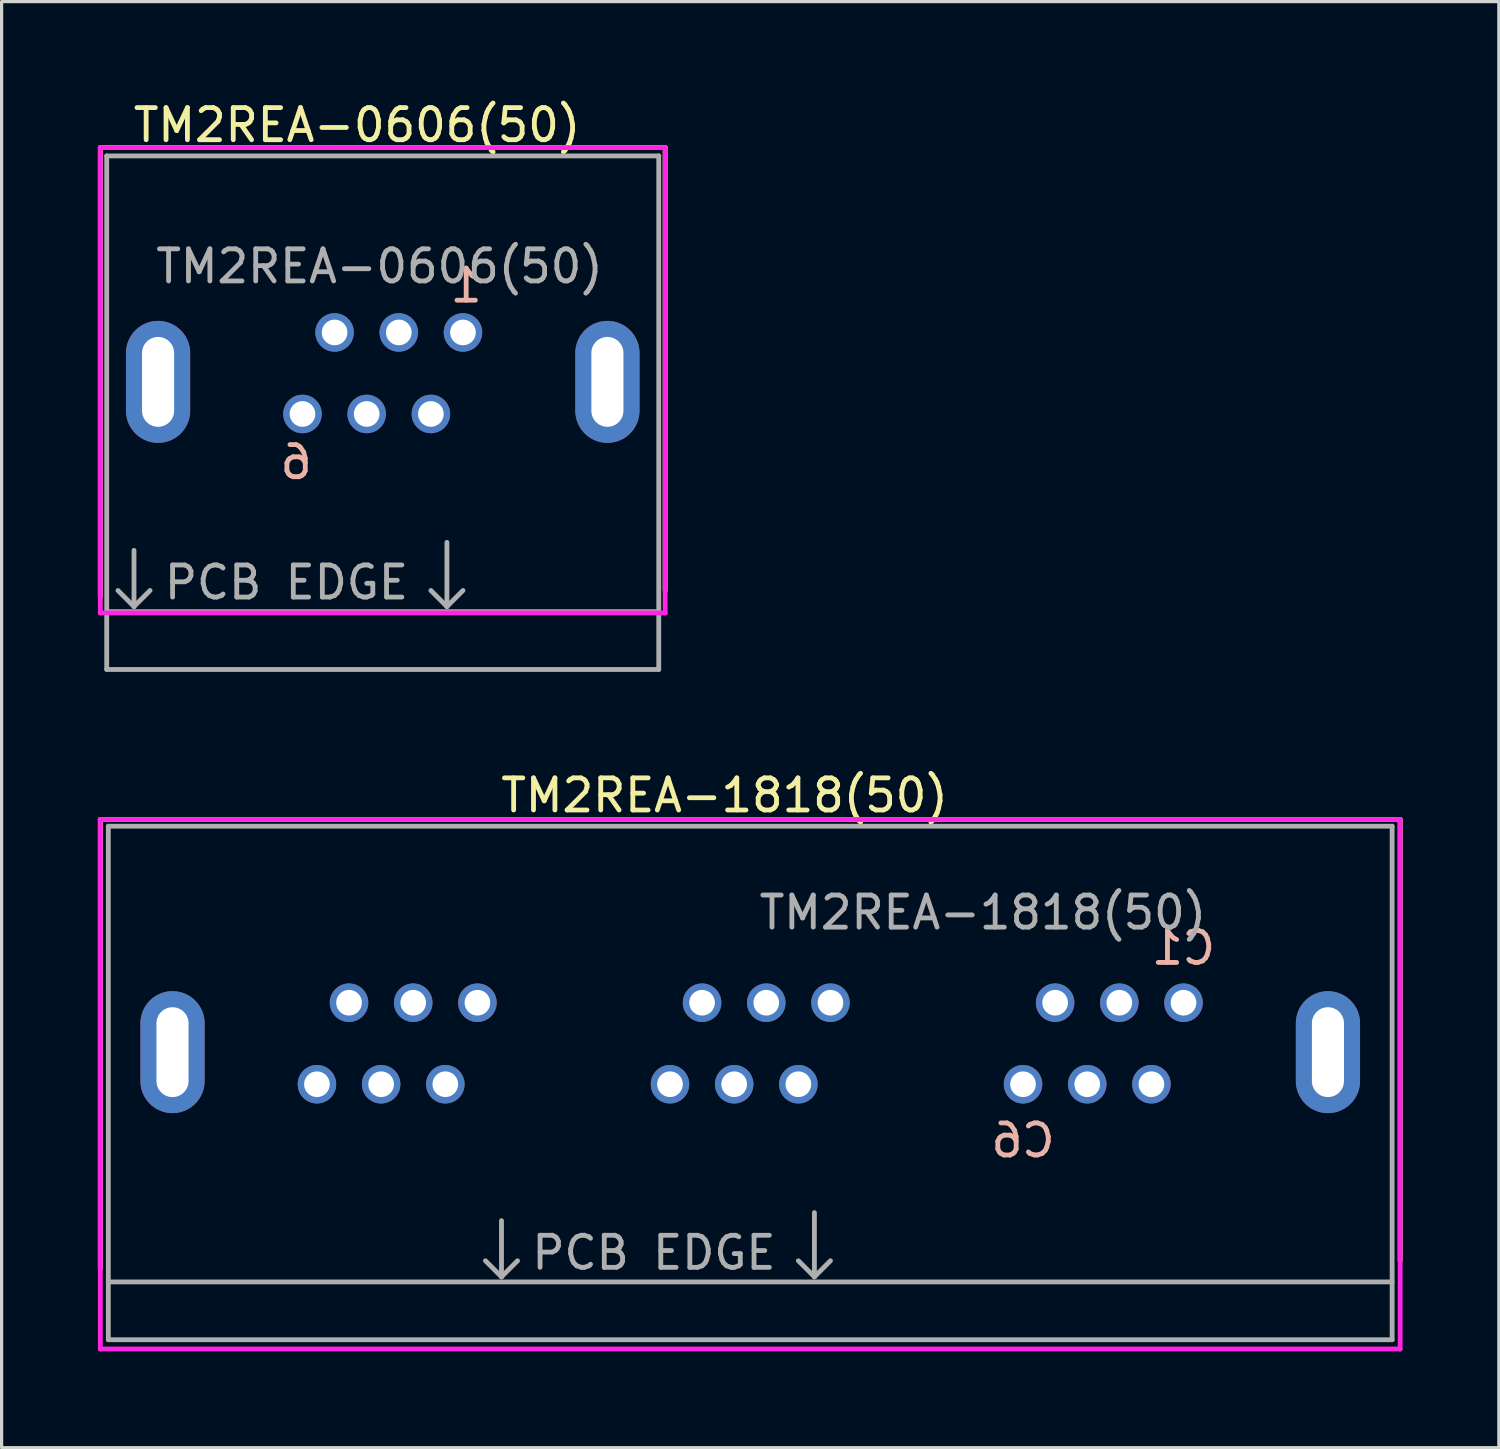
<source format=kicad_pcb>
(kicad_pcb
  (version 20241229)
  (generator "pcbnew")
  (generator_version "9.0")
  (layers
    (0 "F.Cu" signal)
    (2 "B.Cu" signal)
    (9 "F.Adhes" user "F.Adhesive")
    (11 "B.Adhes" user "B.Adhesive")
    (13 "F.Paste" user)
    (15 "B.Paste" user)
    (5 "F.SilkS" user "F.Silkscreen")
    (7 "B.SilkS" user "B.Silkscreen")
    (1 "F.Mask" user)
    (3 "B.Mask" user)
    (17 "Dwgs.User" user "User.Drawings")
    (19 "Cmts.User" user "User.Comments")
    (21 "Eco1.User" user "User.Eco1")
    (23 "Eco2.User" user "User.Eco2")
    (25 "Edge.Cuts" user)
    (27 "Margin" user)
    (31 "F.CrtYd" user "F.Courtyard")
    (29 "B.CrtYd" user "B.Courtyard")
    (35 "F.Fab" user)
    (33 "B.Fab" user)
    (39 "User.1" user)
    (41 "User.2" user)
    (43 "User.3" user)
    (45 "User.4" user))
  (footprint "TM2REA-0606(50)"
    (layer "F.Cu")
    (at 8.875 8.848)
    (property "Reference" "TM2REA-0606(50)" (at -0.8 -8 0) (layer "F.SilkS") (effects (font (size 1 1) (thickness 0.15))))
    (attr through_hole)
    (fp_line (start -8.8 -7.3) (end -8.8 6.7) (stroke (width 0.15) (type solid)) (layer "F.SilkS"))
    (fp_line (start 8.8 -7.3) (end -8.8 -7.3) (stroke (width 0.15) (type solid)) (layer "F.SilkS"))
    (fp_line (start 8.8 6.5) (end 8.8 -7.3) (stroke (width 0.15) (type solid)) (layer "F.SilkS"))
    (fp_line (start -8.8 -7.3) (end 8.8 -7.3) (stroke (width 0.15) (type solid)) (layer "F.CrtYd"))
    (fp_line (start -8.8 7.2) (end -8.8 -7.3) (stroke (width 0.15) (type solid)) (layer "F.CrtYd"))
    (fp_line (start 8.8 -7.3) (end 8.8 7.2) (stroke (width 0.15) (type solid)) (layer "F.CrtYd"))
    (fp_line (start 8.8 7.2) (end -8.8 7.2) (stroke (width 0.15) (type solid)) (layer "F.CrtYd"))
    (fp_line (start -8.6 -7.04) (end 8.6 -7.04) (stroke (width 0.15) (type solid)) (layer "F.Fab"))
    (fp_line (start -8.6 8.96) (end -8.6 -7.04) (stroke (width 0.15) (type solid)) (layer "F.Fab"))
    (fp_line (start -8.25 6.5) (end -7.75 7) (stroke (width 0.15) (type solid)) (layer "F.Fab"))
    (fp_line (start -7.75 5.25) (end -7.75 7) (stroke (width 0.15) (type solid)) (layer "F.Fab"))
    (fp_line (start -7.75 7) (end -7.25 6.5) (stroke (width 0.15) (type solid)) (layer "F.Fab"))
    (fp_line (start 2 5) (end 2 7) (stroke (width 0.15) (type solid)) (layer "F.Fab"))
    (fp_line (start 2 7) (end 1.5 6.5) (stroke (width 0.15) (type solid)) (layer "F.Fab"))
    (fp_line (start 2.5 6.5) (end 2 7) (stroke (width 0.15) (type solid)) (layer "F.Fab"))
    (fp_line (start 8.6 -7.04) (end 8.6 8.96) (stroke (width 0.15) (type solid)) (layer "F.Fab"))
    (fp_line (start 8.6 7.16) (end -8.6 7.16) (stroke (width 0.15) (type solid)) (layer "F.Fab"))
    (fp_line (start 8.6 8.96) (end -8.6 8.96) (stroke (width 0.15) (type solid)) (layer "F.Fab"))
    (fp_text user "1" (at 2.6 -3 0) (layer "B.SilkS") (effects (font (size 1 1) (thickness 0.15)) (justify mirror)))
    (fp_text user "6" (at -2.7 2.5 0) (layer "B.SilkS") (effects (font (size 1 1) (thickness 0.15)) (justify mirror)))
    (fp_text user "${REFERENCE}" (at -0.1 -3.6 0) (layer "F.Fab") (effects (font (size 1 1) (thickness 0.15))))
    (fp_text user "PCB EDGE" (at -3 6.25 0) (layer "F.Fab") (effects (font (size 1 1) (thickness 0.15))))
    (pad "" thru_hole oval (at -7 0) (size 2 3.8) (drill oval 1 2.8) (layers "*.Cu" "*.Mask"))
    (pad "" thru_hole oval (at 7 0) (size 2 3.8) (drill oval 1 2.8) (layers "*.Cu" "*.Mask"))
    (pad "1" thru_hole circle (at 2.5 -1.54) (size 1.2 1.2) (drill 0.8) (layers "*.Cu" "*.Mask"))
    (pad "2" thru_hole circle (at 1.5 1) (size 1.2 1.2) (drill 0.8) (layers "*.Cu" "*.Mask"))
    (pad "3" thru_hole circle (at 0.5 -1.54) (size 1.2 1.2) (drill 0.8) (layers "*.Cu" "*.Mask"))
    (pad "4" thru_hole circle (at -0.5 1) (size 1.2 1.2) (drill 0.8) (layers "*.Cu" "*.Mask"))
    (pad "5" thru_hole circle (at -1.5 -1.54) (size 1.2 1.2) (drill 0.8) (layers "*.Cu" "*.Mask"))
    (pad "6" thru_hole circle (at -2.5 1) (size 1.2 1.2) (drill 0.8) (layers "*.Cu" "*.Mask")))
  (footprint "TM2REA-1818(50)"
    (layer "F.Cu")
    (at 20.325 29.732)
    (property "Reference" "TM2REA-1818(50)" (at -0.8 -8 0) (layer "F.SilkS") (effects (font (size 1 1) (thickness 0.15))))
    (attr through_hole)
    (fp_line (start -20.25 -7.25) (end -20.25 6.75) (stroke (width 0.15) (type solid)) (layer "F.SilkS"))
    (fp_line (start 20.25 -7.25) (end -20.25 -7.25) (stroke (width 0.15) (type solid)) (layer "F.SilkS"))
    (fp_line (start 20.25 6.5) (end 20.25 -7.25) (stroke (width 0.15) (type solid)) (layer "F.SilkS"))
    (fp_line (start -20.25 -7.25) (end 20.25 -7.25) (stroke (width 0.15) (type solid)) (layer "F.CrtYd"))
    (fp_line (start -20.25 9.25) (end -20.25 -7.25) (stroke (width 0.15) (type solid)) (layer "F.CrtYd"))
    (fp_line (start 20.25 -7.25) (end 20.25 9.25) (stroke (width 0.15) (type solid)) (layer "F.CrtYd"))
    (fp_line (start 20.25 9.25) (end -20.25 9.25) (stroke (width 0.15) (type solid)) (layer "F.CrtYd"))
    (fp_line (start -20 -7.04) (end 20 -7.04) (stroke (width 0.15) (type solid)) (layer "F.Fab"))
    (fp_line (start -20 8.96) (end -20 -7.04) (stroke (width 0.15) (type solid)) (layer "F.Fab"))
    (fp_line (start -8.25 6.5) (end -7.75 7) (stroke (width 0.15) (type solid)) (layer "F.Fab"))
    (fp_line (start -7.75 5.25) (end -7.75 7) (stroke (width 0.15) (type solid)) (layer "F.Fab"))
    (fp_line (start -7.75 7) (end -7.25 6.5) (stroke (width 0.15) (type solid)) (layer "F.Fab"))
    (fp_line (start 2 5) (end 2 7) (stroke (width 0.15) (type solid)) (layer "F.Fab"))
    (fp_line (start 2 7) (end 1.5 6.5) (stroke (width 0.15) (type solid)) (layer "F.Fab"))
    (fp_line (start 2.5 6.5) (end 2 7) (stroke (width 0.15) (type solid)) (layer "F.Fab"))
    (fp_line (start 20 -7.04) (end 20 8.96) (stroke (width 0.15) (type solid)) (layer "F.Fab"))
    (fp_line (start 20 7.16) (end -20 7.16) (stroke (width 0.15) (type solid)) (layer "F.Fab"))
    (fp_line (start 20 8.96) (end -20 8.96) (stroke (width 0.15) (type solid)) (layer "F.Fab"))
    (fp_text user "C1" (at 13.5 -3.25 0) (layer "B.SilkS") (effects (font (size 1 1) (thickness 0.15)) (justify mirror)))
    (fp_text user "C6" (at 8.5 2.75 0) (layer "B.SilkS") (effects (font (size 1 1) (thickness 0.15)) (justify mirror)))
    (fp_text user "PCB EDGE" (at -3 6.25 0) (layer "F.Fab") (effects (font (size 1 1) (thickness 0.15))))
    (fp_text user "${REFERENCE}" (at 7.25 -4.35 0) (layer "F.Fab") (effects (font (size 1 1) (thickness 0.15))))
    (pad "" thru_hole oval (at -18 0) (size 2 3.8) (drill oval 1 2.8) (layers "*.Cu" "*.Mask"))
    (pad "" thru_hole oval (at 18 0) (size 2 3.8) (drill oval 1 2.8) (layers "*.Cu" "*.Mask"))
    (pad "A1" thru_hole circle (at -8.5 -1.54) (size 1.2 1.2) (drill 0.8) (layers "*.Cu" "*.Mask"))
    (pad "A2" thru_hole circle (at -9.5 1) (size 1.2 1.2) (drill 0.8) (layers "*.Cu" "*.Mask"))
    (pad "A3" thru_hole circle (at -10.5 -1.54) (size 1.2 1.2) (drill 0.8) (layers "*.Cu" "*.Mask"))
    (pad "A4" thru_hole circle (at -11.5 1) (size 1.2 1.2) (drill 0.8) (layers "*.Cu" "*.Mask"))
    (pad "A5" thru_hole circle (at -12.5 -1.54) (size 1.2 1.2) (drill 0.8) (layers "*.Cu" "*.Mask"))
    (pad "A6" thru_hole circle (at -13.5 1) (size 1.2 1.2) (drill 0.8) (layers "*.Cu" "*.Mask"))
    (pad "B1" thru_hole circle (at 2.5 -1.54) (size 1.2 1.2) (drill 0.8) (layers "*.Cu" "*.Mask"))
    (pad "B2" thru_hole circle (at 1.5 1) (size 1.2 1.2) (drill 0.8) (layers "*.Cu" "*.Mask"))
    (pad "B3" thru_hole circle (at 0.5 -1.54) (size 1.2 1.2) (drill 0.8) (layers "*.Cu" "*.Mask"))
    (pad "B4" thru_hole circle (at -0.5 1) (size 1.2 1.2) (drill 0.8) (layers "*.Cu" "*.Mask"))
    (pad "B5" thru_hole circle (at -1.5 -1.54) (size 1.2 1.2) (drill 0.8) (layers "*.Cu" "*.Mask"))
    (pad "B6" thru_hole circle (at -2.5 1) (size 1.2 1.2) (drill 0.8) (layers "*.Cu" "*.Mask"))
    (pad "C1" thru_hole circle (at 13.5 -1.54) (size 1.2 1.2) (drill 0.8) (layers "*.Cu" "*.Mask"))
    (pad "C2" thru_hole circle (at 12.5 1) (size 1.2 1.2) (drill 0.8) (layers "*.Cu" "*.Mask"))
    (pad "C3" thru_hole circle (at 11.5 -1.54) (size 1.2 1.2) (drill 0.8) (layers "*.Cu" "*.Mask"))
    (pad "C4" thru_hole circle (at 10.5 1) (size 1.2 1.2) (drill 0.8) (layers "*.Cu" "*.Mask"))
    (pad "C5" thru_hole circle (at 9.5 -1.54) (size 1.2 1.2) (drill 0.8) (layers "*.Cu" "*.Mask"))
    (pad "C6" thru_hole circle (at 8.5 1) (size 1.2 1.2) (drill 0.8) (layers "*.Cu" "*.Mask")))
  (gr_rect
    (start -3 -3)
    (end 43.65 42.056)
    (stroke (width 0.1) (type default))
    (fill no)
    (layer "Edge.Cuts")))
</source>
